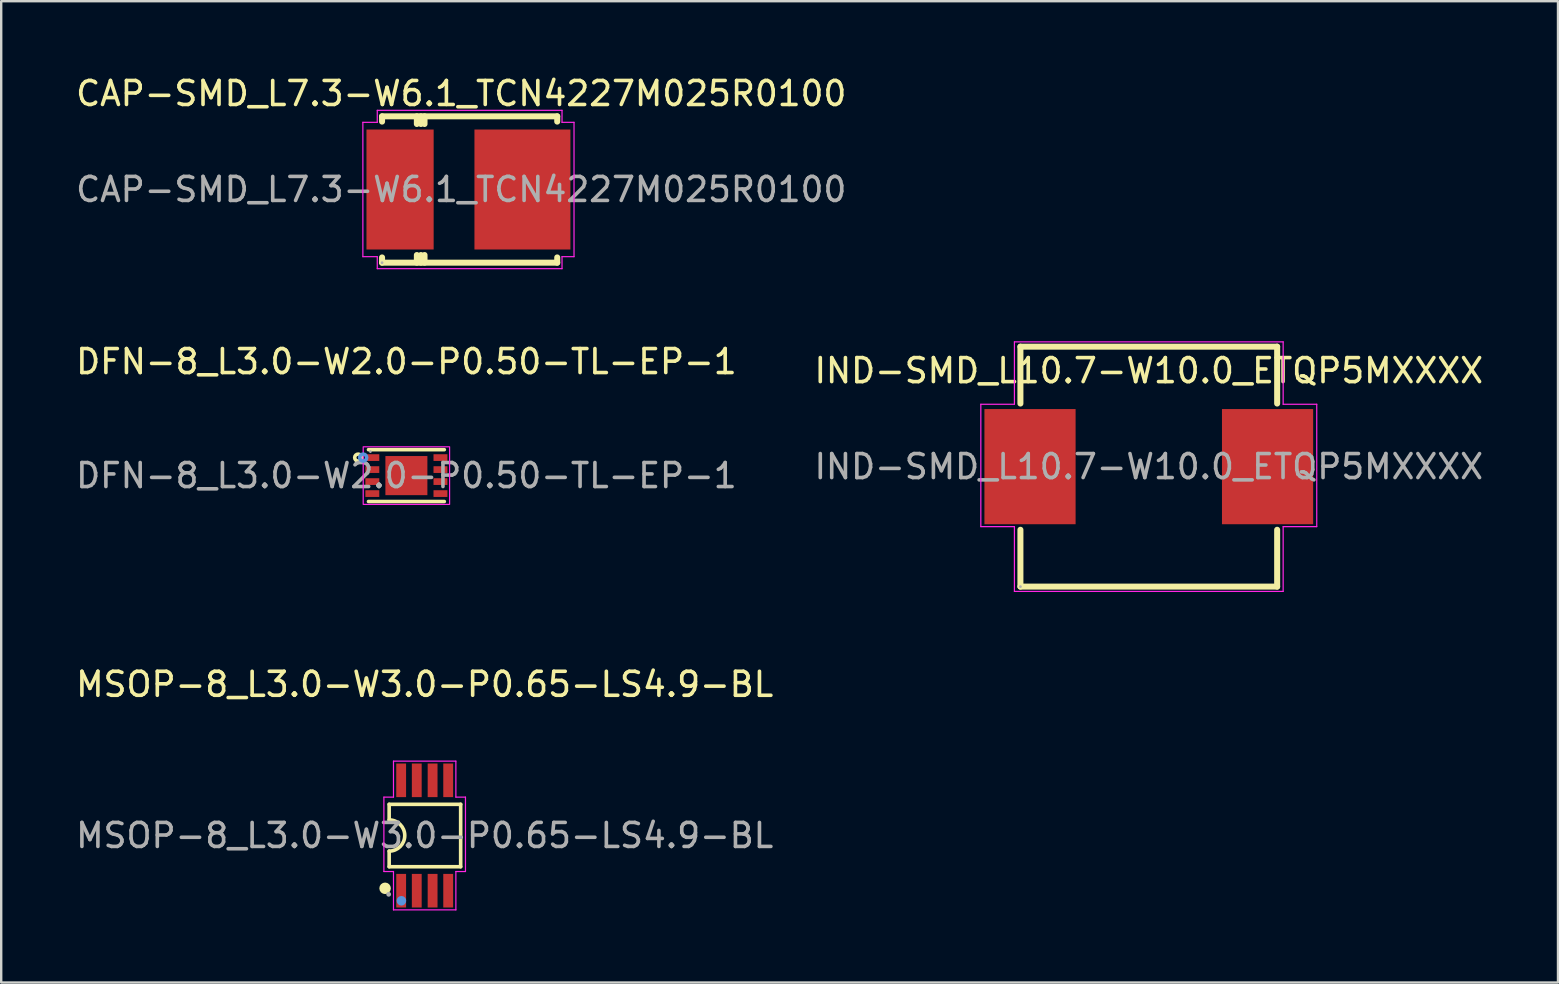
<source format=kicad_pcb>
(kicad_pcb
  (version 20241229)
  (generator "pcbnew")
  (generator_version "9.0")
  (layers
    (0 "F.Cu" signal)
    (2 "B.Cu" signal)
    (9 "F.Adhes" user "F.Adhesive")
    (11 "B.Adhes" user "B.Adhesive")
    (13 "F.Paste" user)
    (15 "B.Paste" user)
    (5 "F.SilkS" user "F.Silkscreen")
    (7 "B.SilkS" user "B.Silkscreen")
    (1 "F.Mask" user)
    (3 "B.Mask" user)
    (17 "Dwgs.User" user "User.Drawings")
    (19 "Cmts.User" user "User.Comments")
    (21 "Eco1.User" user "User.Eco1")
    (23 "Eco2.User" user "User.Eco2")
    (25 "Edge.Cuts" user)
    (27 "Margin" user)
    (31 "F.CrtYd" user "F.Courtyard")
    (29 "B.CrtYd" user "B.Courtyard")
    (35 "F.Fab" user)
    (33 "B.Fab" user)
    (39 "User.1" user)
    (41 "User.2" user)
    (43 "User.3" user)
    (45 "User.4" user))
  (footprint "DFN-8_L3.0-W2.0-P0.50-TL-EP-1"
    (layer "F.Cu")
    (at 13.887 16.771)
    (property "Reference" "DFN-8_L3.0-W2.0-P0.50-TL-EP-1" (at 0 -4.75 0) (layer "F.SilkS") (effects (font (size 1 1) (thickness 0.15))))
    (attr smd)
    (fp_line (start -1.58 -1.08) (end 1.58 -1.08) (stroke (width 0.15) (type solid)) (layer "F.SilkS"))
    (fp_line (start -1.58 1.08) (end 1.58 1.08) (stroke (width 0.15) (type solid)) (layer "F.SilkS"))
    (fp_circle (center -2.01 -0.75) (end -1.94 -0.75) (stroke (width 0.15) (type solid)) (fill no) (layer "F.SilkS"))
    (fp_circle (center -1.8 -0.75) (end -1.73 -0.75) (stroke (width 0.15) (type solid)) (fill no) (layer "Cmts.User"))
    (fp_rect (start -1.8 -1.2) (end 1.8 1.2) (stroke (width 0.05) (type default)) (fill no) (layer "F.CrtYd"))
    (fp_circle (center -1.5 -1) (end -1.47 -1) (stroke (width 0.06) (type solid)) (fill no) (layer "F.Fab"))
    (fp_text user "${REFERENCE}" (at 0 0 0) (layer "F.Fab") (effects (font (size 1 1) (thickness 0.15))))
    (pad "1" smd rect (at -1.42 -0.75) (size 0.58 0.28) (layers "F.Cu" "F.Mask" "F.Paste"))
    (pad "2" smd rect (at -1.42 -0.25) (size 0.58 0.28) (layers "F.Cu" "F.Mask" "F.Paste"))
    (pad "3" smd rect (at -1.42 0.25) (size 0.58 0.28) (layers "F.Cu" "F.Mask" "F.Paste"))
    (pad "4" smd rect (at -1.42 0.75) (size 0.58 0.28) (layers "F.Cu" "F.Mask" "F.Paste"))
    (pad "5" smd rect (at 1.42 0.75) (size 0.58 0.28) (layers "F.Cu" "F.Mask" "F.Paste"))
    (pad "6" smd rect (at 1.42 0.25) (size 0.58 0.28) (layers "F.Cu" "F.Mask" "F.Paste"))
    (pad "7" smd rect (at 1.42 -0.25) (size 0.58 0.28) (layers "F.Cu" "F.Mask" "F.Paste"))
    (pad "8" smd rect (at 1.42 -0.75) (size 0.58 0.28) (layers "F.Cu" "F.Mask" "F.Paste"))
    (pad "9" smd rect (at 0 0) (size 1.75 1.63) (layers "F.Cu" "F.Mask" "F.Paste")))
  (footprint "IND-SMD_L10.7-W10.0_ETQP5MXXXX"
    (layer "F.Cu")
    (at 44.827 16.398)
    (property "Reference" "IND-SMD_L10.7-W10.0_ETQP5MXXXX" (at 0 -4 0) (layer "F.SilkS") (effects (font (size 1 1) (thickness 0.15))))
    (attr smd)
    (fp_line (start -5.35 -5) (end -5.35 -2.63) (stroke (width 0.25) (type solid)) (layer "F.SilkS"))
    (fp_line (start -5.35 -5) (end 5.35 -5) (stroke (width 0.25) (type solid)) (layer "F.SilkS"))
    (fp_line (start -5.35 2.63) (end -5.35 5) (stroke (width 0.25) (type solid)) (layer "F.SilkS"))
    (fp_line (start 5.35 -2.63) (end 5.35 -5) (stroke (width 0.25) (type solid)) (layer "F.SilkS"))
    (fp_line (start 5.35 5) (end -5.35 5) (stroke (width 0.25) (type solid)) (layer "F.SilkS"))
    (fp_line (start 5.35 5) (end 5.35 2.63) (stroke (width 0.25) (type solid)) (layer "F.SilkS"))
    (fp_line (start -7 -2.6) (end -5.6 -2.6) (stroke (width 0.05) (type default)) (layer "F.CrtYd"))
    (fp_line (start -7 2.5) (end -7 -2.6) (stroke (width 0.05) (type default)) (layer "F.CrtYd"))
    (fp_line (start -5.6 -5.2) (end 5.6 -5.2) (stroke (width 0.05) (type default)) (layer "F.CrtYd"))
    (fp_line (start -5.6 -2.6) (end -5.6 -5.2) (stroke (width 0.05) (type default)) (layer "F.CrtYd"))
    (fp_line (start -5.6 2.5) (end -7 2.5) (stroke (width 0.05) (type default)) (layer "F.CrtYd"))
    (fp_line (start -5.6 5.2) (end -5.6 2.5) (stroke (width 0.05) (type default)) (layer "F.CrtYd"))
    (fp_line (start 5.6 -5.2) (end 5.6 -2.6) (stroke (width 0.05) (type default)) (layer "F.CrtYd"))
    (fp_line (start 5.6 -2.6) (end 7 -2.6) (stroke (width 0.05) (type default)) (layer "F.CrtYd"))
    (fp_line (start 5.6 2.5) (end 5.6 5.2) (stroke (width 0.05) (type default)) (layer "F.CrtYd"))
    (fp_line (start 5.6 5.2) (end -5.6 5.2) (stroke (width 0.05) (type default)) (layer "F.CrtYd"))
    (fp_line (start 7 -2.6) (end 7 2.5) (stroke (width 0.05) (type default)) (layer "F.CrtYd"))
    (fp_line (start 7 2.5) (end 5.6 2.5) (stroke (width 0.05) (type default)) (layer "F.CrtYd"))
    (fp_circle (center -5.35 5) (end -5.32 5) (stroke (width 0.06) (type solid)) (fill no) (layer "F.Fab"))
    (fp_text user "${REFERENCE}" (at 0 0 0) (layer "F.Fab") (effects (font (size 1 1) (thickness 0.15))))
    (pad "1" smd rect (at -4.95 0) (size 3.8 4.8) (layers "F.Cu" "F.Mask" "F.Paste"))
    (pad "2" smd rect (at 4.95 0) (size 3.8 4.8) (layers "F.Cu" "F.Mask" "F.Paste")))
  (footprint "MSOP-8_L3.0-W3.0-P0.65-LS4.9-BL"
    (layer "F.Cu")
    (at 14.649 31.771)
    (property "Reference" "MSOP-8_L3.0-W3.0-P0.65-LS4.9-BL" (at 0 -6.3 0) (layer "F.SilkS") (effects (font (size 1 1) (thickness 0.15))))
    (attr smd)
    (fp_line (start -1.48 -1.3) (end -1.48 -0.65) (stroke (width 0.15) (type solid)) (layer "F.SilkS"))
    (fp_line (start -1.48 0.65) (end -1.48 1.3) (stroke (width 0.15) (type solid)) (layer "F.SilkS"))
    (fp_line (start -1.48 1.3) (end 1.5 1.3) (stroke (width 0.15) (type solid)) (layer "F.SilkS"))
    (fp_line (start 1.5 -1.3) (end -1.48 -1.3) (stroke (width 0.15) (type solid)) (layer "F.SilkS"))
    (fp_line (start 1.5 1.3) (end 1.5 -1.3) (stroke (width 0.15) (type solid)) (layer "F.SilkS"))
    (fp_arc (start -1.48 -0.65) (mid -0.83 0) (end -1.48 0.65) (stroke (width 0.15) (type solid)) (layer "F.SilkS"))
    (fp_circle (center -1.65 2.2) (end -1.53 2.2) (stroke (width 0.24) (type solid)) (fill no) (layer "F.SilkS"))
    (fp_circle (center -0.97 2.72) (end -0.87 2.72) (stroke (width 0.2) (type solid)) (fill no) (layer "Cmts.User"))
    (fp_line (start -1.7 -1.6) (end -1.3 -1.6) (stroke (width 0.05) (type default)) (layer "F.CrtYd"))
    (fp_line (start -1.7 1.5) (end -1.7 -1.6) (stroke (width 0.05) (type default)) (layer "F.CrtYd"))
    (fp_line (start -1.3 -3.1) (end 1.3 -3.1) (stroke (width 0.05) (type default)) (layer "F.CrtYd"))
    (fp_line (start -1.3 -1.6) (end -1.3 -3.1) (stroke (width 0.05) (type default)) (layer "F.CrtYd"))
    (fp_line (start -1.3 1.5) (end -1.7 1.5) (stroke (width 0.05) (type default)) (layer "F.CrtYd"))
    (fp_line (start -1.3 3.1) (end -1.3 1.5) (stroke (width 0.05) (type default)) (layer "F.CrtYd"))
    (fp_line (start 1.3 -1.6) (end 1.3 -3.1) (stroke (width 0.05) (type default)) (layer "F.CrtYd"))
    (fp_line (start 1.3 -1.6) (end 1.7 -1.6) (stroke (width 0.05) (type default)) (layer "F.CrtYd"))
    (fp_line (start 1.3 1.5) (end 1.3 3.1) (stroke (width 0.05) (type default)) (layer "F.CrtYd"))
    (fp_line (start 1.3 3.1) (end -1.3 3.1) (stroke (width 0.05) (type default)) (layer "F.CrtYd"))
    (fp_line (start 1.7 -1.6) (end 1.7 1.5) (stroke (width 0.05) (type default)) (layer "F.CrtYd"))
    (fp_line (start 1.7 1.5) (end 1.3 1.5) (stroke (width 0.05) (type default)) (layer "F.CrtYd"))
    (fp_circle (center -1.5 2.45) (end -1.45 2.45) (stroke (width 0.1) (type solid)) (fill no) (layer "F.Fab"))
    (fp_text user "${REFERENCE}" (at 0 0 0) (layer "F.Fab") (effects (font (size 1 1) (thickness 0.15))))
    (pad "1" smd rect (at -0.98 2.3) (size 0.41 1.4) (layers "F.Cu" "F.Mask" "F.Paste"))
    (pad "2" smd rect (at -0.33 2.3) (size 0.41 1.4) (layers "F.Cu" "F.Mask" "F.Paste"))
    (pad "3" smd rect (at 0.33 2.3) (size 0.41 1.4) (layers "F.Cu" "F.Mask" "F.Paste"))
    (pad "4" smd rect (at 0.98 2.3) (size 0.41 1.4) (layers "F.Cu" "F.Mask" "F.Paste"))
    (pad "5" smd rect (at 0.98 -2.3) (size 0.41 1.4) (layers "F.Cu" "F.Mask" "F.Paste"))
    (pad "6" smd rect (at 0.33 -2.3) (size 0.41 1.4) (layers "F.Cu" "F.Mask" "F.Paste"))
    (pad "7" smd rect (at -0.33 -2.3) (size 0.41 1.4) (layers "F.Cu" "F.Mask" "F.Paste"))
    (pad "8" smd rect (at -0.98 -2.3) (size 0.41 1.4) (layers "F.Cu" "F.Mask" "F.Paste")))
  (footprint "CAP-SMD_L7.3-W6.1_TCN4227M025R0100"
    (layer "F.Cu")
    (at 16.173 4.848)
    (property "Reference" "CAP-SMD_L7.3-W6.1_TCN4227M025R0100" (at 0 -4 0) (layer "F.SilkS") (effects (font (size 1 1) (thickness 0.15))))
    (attr smd)
    (fp_line (start -3.3 -3.05) (end 4 -3.05) (stroke (width 0.25) (type solid)) (layer "F.SilkS"))
    (fp_line (start -3.3 -2.83) (end -3.3 -3.05) (stroke (width 0.25) (type solid)) (layer "F.SilkS"))
    (fp_line (start -3.3 3.05) (end -3.3 2.83) (stroke (width 0.25) (type solid)) (layer "F.SilkS"))
    (fp_line (start -1.85 -3.05) (end -1.85 -2.73) (stroke (width 0.25) (type solid)) (layer "F.SilkS"))
    (fp_line (start -1.85 2.73) (end -1.85 3.05) (stroke (width 0.25) (type solid)) (layer "F.SilkS"))
    (fp_line (start -1.68 -2.73) (end -1.68 -3.05) (stroke (width 0.25) (type solid)) (layer "F.SilkS"))
    (fp_line (start -1.68 3.05) (end -1.68 2.73) (stroke (width 0.25) (type solid)) (layer "F.SilkS"))
    (fp_line (start -1.53 -3.05) (end -1.53 -2.73) (stroke (width 0.25) (type solid)) (layer "F.SilkS"))
    (fp_line (start -1.53 2.73) (end -1.53 3.05) (stroke (width 0.25) (type solid)) (layer "F.SilkS"))
    (fp_line (start 4 -3.05) (end 4 -2.83) (stroke (width 0.25) (type solid)) (layer "F.SilkS"))
    (fp_line (start 4 2.83) (end 4 3.05) (stroke (width 0.25) (type solid)) (layer "F.SilkS"))
    (fp_line (start 4 3.05) (end -3.3 3.05) (stroke (width 0.25) (type solid)) (layer "F.SilkS"))
    (fp_line (start -4.1 -2.8) (end -3.5 -2.8) (stroke (width 0.05) (type default)) (layer "F.CrtYd"))
    (fp_line (start -4.1 2.8) (end -4.1 -2.8) (stroke (width 0.05) (type default)) (layer "F.CrtYd"))
    (fp_line (start -3.5 -3.3) (end 4.2 -3.3) (stroke (width 0.05) (type default)) (layer "F.CrtYd"))
    (fp_line (start -3.5 -2.8) (end -3.5 -3.3) (stroke (width 0.05) (type default)) (layer "F.CrtYd"))
    (fp_line (start -3.5 2.8) (end -4.1 2.8) (stroke (width 0.05) (type default)) (layer "F.CrtYd"))
    (fp_line (start -3.5 3.3) (end -3.5 2.8) (stroke (width 0.05) (type default)) (layer "F.CrtYd"))
    (fp_line (start 4.2 -3.3) (end 4.2 -2.8) (stroke (width 0.05) (type default)) (layer "F.CrtYd"))
    (fp_line (start 4.2 -2.8) (end 4.7 -2.8) (stroke (width 0.05) (type default)) (layer "F.CrtYd"))
    (fp_line (start 4.2 2.8) (end 4.2 3.3) (stroke (width 0.05) (type default)) (layer "F.CrtYd"))
    (fp_line (start 4.2 3.3) (end -3.5 3.3) (stroke (width 0.05) (type default)) (layer "F.CrtYd"))
    (fp_line (start 4.7 -2.8) (end 4.7 2.8) (stroke (width 0.05) (type default)) (layer "F.CrtYd"))
    (fp_line (start 4.7 2.8) (end 4.2 2.8) (stroke (width 0.05) (type default)) (layer "F.CrtYd"))
    (fp_circle (center -3.3 3.05) (end -3.27 3.05) (stroke (width 0.06) (type solid)) (fill no) (layer "F.Fab"))
    (fp_text user "${REFERENCE}" (at 0 0 0) (layer "F.Fab") (effects (font (size 1 1) (thickness 0.15))))
    (pad "1" smd rect (at -2.55 0 180) (size 2.8 5) (layers "F.Cu" "F.Mask" "F.Paste"))
    (pad "2" smd rect (at 2.55 0 180) (size 4 5) (layers "F.Cu" "F.Mask" "F.Paste")))
  (gr_rect
    (start -3 -3)
    (end 61.881 37.897)
    (stroke (width 0.1) (type default))
    (fill no)
    (layer "Edge.Cuts")))
</source>
